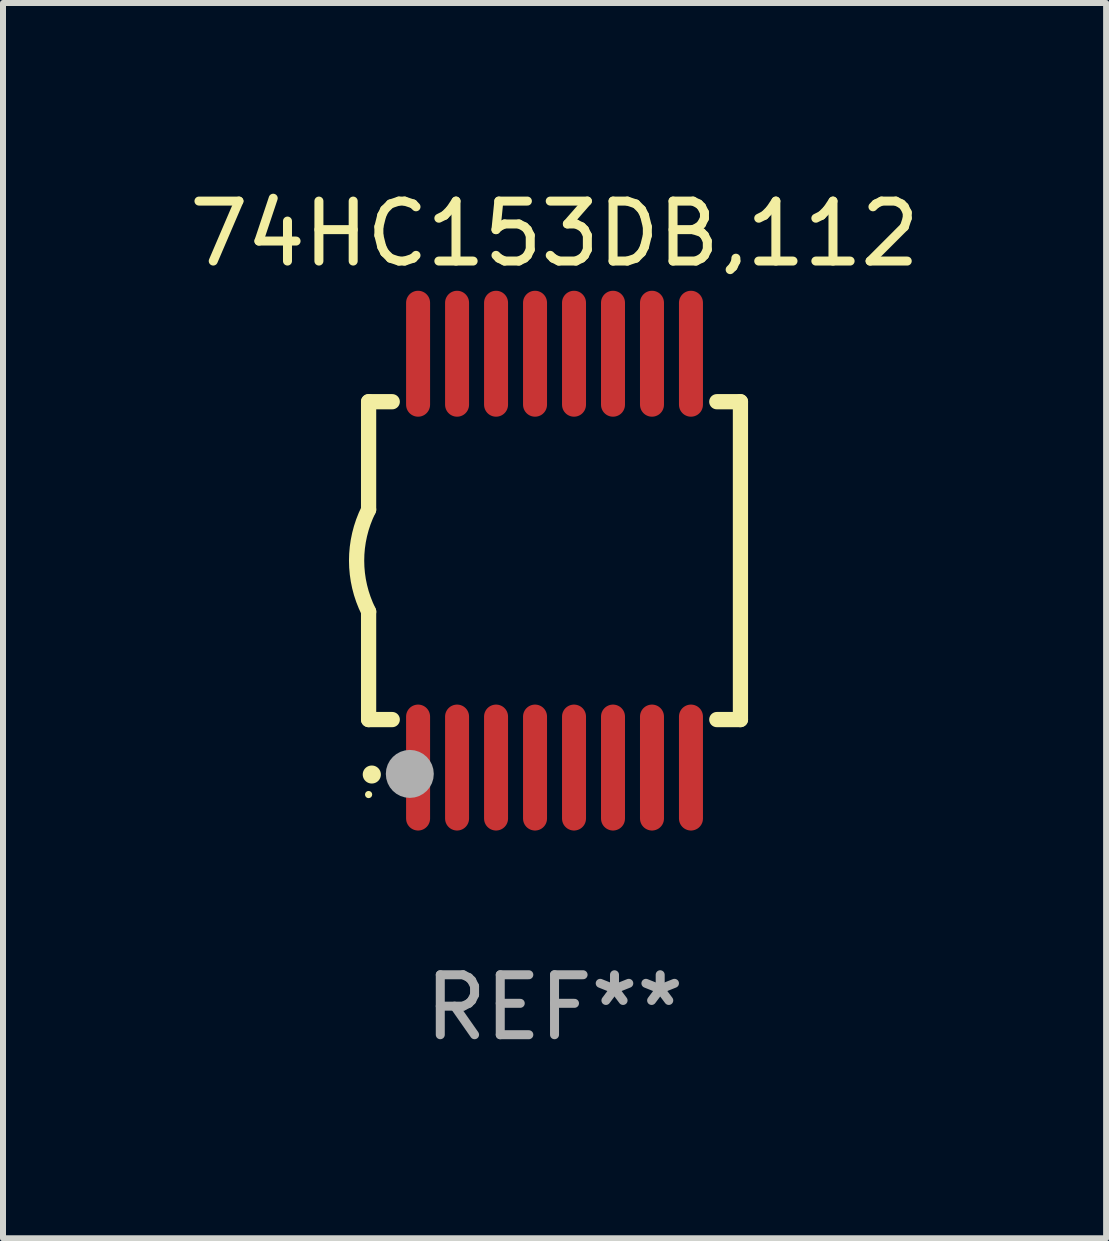
<source format=kicad_pcb>
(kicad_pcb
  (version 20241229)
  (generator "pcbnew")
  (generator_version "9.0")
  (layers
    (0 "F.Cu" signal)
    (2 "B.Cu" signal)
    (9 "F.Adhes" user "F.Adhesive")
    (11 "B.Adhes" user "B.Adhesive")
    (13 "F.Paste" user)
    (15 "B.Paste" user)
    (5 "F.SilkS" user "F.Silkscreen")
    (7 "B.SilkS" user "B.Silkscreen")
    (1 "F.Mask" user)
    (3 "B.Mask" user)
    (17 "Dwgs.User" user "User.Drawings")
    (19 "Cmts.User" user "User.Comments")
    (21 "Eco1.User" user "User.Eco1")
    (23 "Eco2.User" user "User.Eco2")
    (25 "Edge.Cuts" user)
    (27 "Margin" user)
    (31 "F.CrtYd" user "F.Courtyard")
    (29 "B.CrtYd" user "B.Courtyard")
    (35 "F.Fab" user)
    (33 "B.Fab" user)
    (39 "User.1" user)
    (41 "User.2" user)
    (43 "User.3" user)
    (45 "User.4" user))
  (footprint "74HC153DB,112"
    (layer "F.Cu")
    (at 6.196 6.298)
    (property "Reference" "74HC153DB,112" (at 0 -5.45 0) (layer "F.SilkS") (effects (font (size 1 1) (thickness 0.15))))
    (attr through_hole)
    (fp_line (start -3.1 -2.65) (end -3.1 -0.85) (stroke (width 0.254) (type solid)) (layer "F.SilkS"))
    (fp_line (start -3.1 -2.65) (end -2.706 -2.65) (stroke (width 0.254) (type solid)) (layer "F.SilkS"))
    (fp_line (start -3.1 2.65) (end -3.1 0.85) (stroke (width 0.254) (type solid)) (layer "F.SilkS"))
    (fp_line (start -3.1 2.65) (end -2.706 2.65) (stroke (width 0.254) (type solid)) (layer "F.SilkS"))
    (fp_line (start 2.706 -2.65) (end 3.1 -2.65) (stroke (width 0.254) (type solid)) (layer "F.SilkS"))
    (fp_line (start 2.706 2.65) (end 3.1 2.65) (stroke (width 0.254) (type solid)) (layer "F.SilkS"))
    (fp_line (start 3.1 -2.65) (end 3.1 2.65) (stroke (width 0.254) (type solid)) (layer "F.SilkS"))
    (fp_arc (start -3.098907 0.850902) (mid -3.300057 0.000523) (end -3.1 -0.850114) (stroke (width 0.254001) (type solid)) (layer "F.SilkS"))
    (fp_arc (start -3.048006 3.566066) (mid -3.046736 3.566061) (end -3.045466 3.566066) (stroke (width 0.3) (type solid)) (layer "F.SilkS"))
    (fp_circle (center -3.1 3.9) (end -3.07 3.9) (stroke (width 0.06) (type solid)) (fill no) (layer "F.SilkS"))
    (fp_circle (center -2.413 3.556) (end -2.213 3.556) (stroke (width 0.4) (type solid)) (fill no) (layer "F.Fab"))
    (fp_text user "REF**" (at 0 7.45 0) (layer "F.Fab") (effects (font (size 1 1) (thickness 0.15))))
    (pad "1" smd oval (at -2.275 3.45 180) (size 0.4 2.1) (layers "F.Cu" "F.Mask" "F.Paste"))
    (pad "2" smd oval (at -1.625 3.45 180) (size 0.4 2.1) (layers "F.Cu" "F.Mask" "F.Paste"))
    (pad "3" smd oval (at -0.975 3.45 180) (size 0.4 2.1) (layers "F.Cu" "F.Mask" "F.Paste"))
    (pad "4" smd oval (at -0.325 3.45 180) (size 0.4 2.1) (layers "F.Cu" "F.Mask" "F.Paste"))
    (pad "5" smd oval (at 0.325 3.45 180) (size 0.4 2.1) (layers "F.Cu" "F.Mask" "F.Paste"))
    (pad "6" smd oval (at 0.975 3.45 180) (size 0.4 2.1) (layers "F.Cu" "F.Mask" "F.Paste"))
    (pad "7" smd oval (at 1.625 3.45 180) (size 0.4 2.1) (layers "F.Cu" "F.Mask" "F.Paste"))
    (pad "8" smd oval (at 2.275 3.45 180) (size 0.4 2.1) (layers "F.Cu" "F.Mask" "F.Paste"))
    (pad "9" smd oval (at 2.275 -3.45 180) (size 0.4 2.1) (layers "F.Cu" "F.Mask" "F.Paste"))
    (pad "10" smd oval (at 1.625 -3.45 180) (size 0.4 2.1) (layers "F.Cu" "F.Mask" "F.Paste"))
    (pad "11" smd oval (at 0.975 -3.45 180) (size 0.4 2.1) (layers "F.Cu" "F.Mask" "F.Paste"))
    (pad "12" smd oval (at 0.325 -3.45 180) (size 0.4 2.1) (layers "F.Cu" "F.Mask" "F.Paste"))
    (pad "13" smd oval (at -0.325 -3.45 180) (size 0.4 2.1) (layers "F.Cu" "F.Mask" "F.Paste"))
    (pad "14" smd oval (at -0.975 -3.45 180) (size 0.4 2.1) (layers "F.Cu" "F.Mask" "F.Paste"))
    (pad "15" smd oval (at -1.625 -3.45 180) (size 0.4 2.1) (layers "F.Cu" "F.Mask" "F.Paste"))
    (pad "16" smd oval (at -2.275 -3.45 180) (size 0.4 2.1) (layers "F.Cu" "F.Mask" "F.Paste")))
  (gr_rect
    (start -3 -3)
    (end 15.393 17.597)
    (stroke (width 0.1) (type default))
    (fill no)
    (layer "Edge.Cuts")))
</source>
